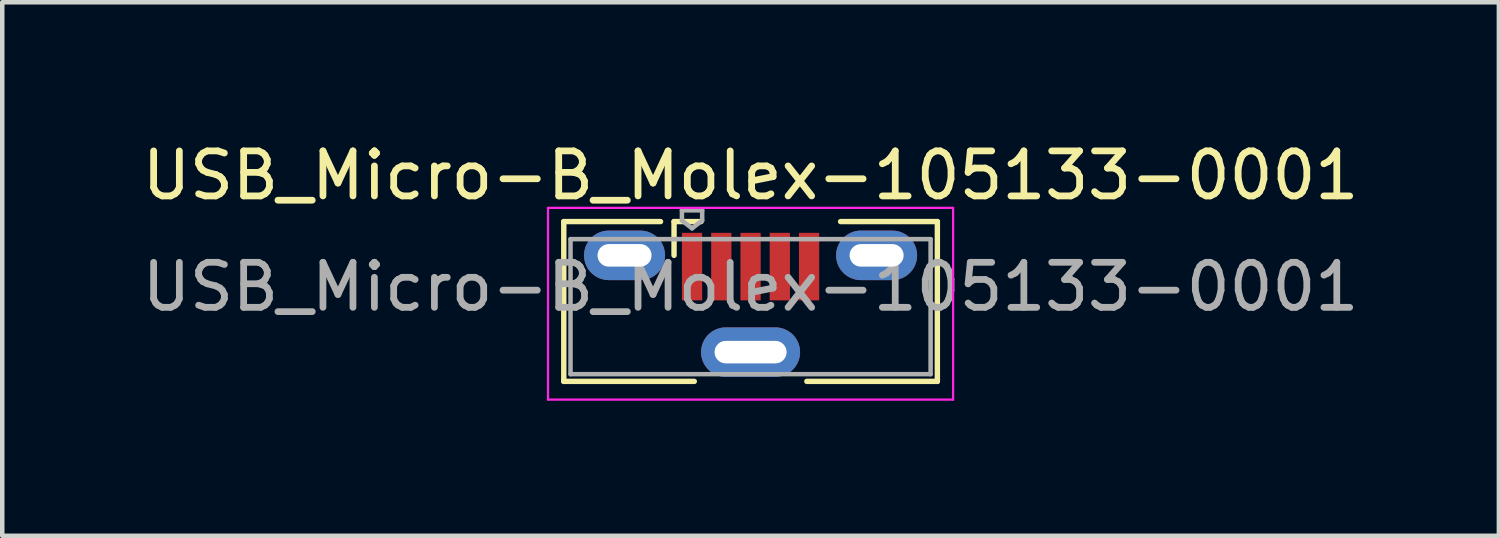
<source format=kicad_pcb>
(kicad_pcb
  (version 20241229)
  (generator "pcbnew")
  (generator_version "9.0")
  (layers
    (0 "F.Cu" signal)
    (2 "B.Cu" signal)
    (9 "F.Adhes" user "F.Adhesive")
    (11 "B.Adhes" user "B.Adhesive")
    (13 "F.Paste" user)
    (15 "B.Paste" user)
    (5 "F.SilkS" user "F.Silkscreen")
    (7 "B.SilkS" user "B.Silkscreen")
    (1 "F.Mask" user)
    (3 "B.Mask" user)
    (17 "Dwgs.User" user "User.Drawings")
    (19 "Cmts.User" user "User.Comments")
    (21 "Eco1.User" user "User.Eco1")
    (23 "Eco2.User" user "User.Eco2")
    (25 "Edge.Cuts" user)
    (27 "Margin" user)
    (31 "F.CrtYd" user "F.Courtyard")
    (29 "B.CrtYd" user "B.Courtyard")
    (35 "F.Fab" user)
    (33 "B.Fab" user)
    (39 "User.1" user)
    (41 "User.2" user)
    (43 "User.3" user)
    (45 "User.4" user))
  (footprint "USB_Micro-B_Molex-105133-0001"
    (layer "F.Cu")
    (at 13.625 3.698)
    (property "Reference" "USB_Micro-B_Molex-105133-0001" (at 0 -2.85 0) (layer "F.SilkS") (effects (font (size 1 1) (thickness 0.15))))
    (attr smd)
    (fp_line (start -4.15 -1.825) (end -4.15 1.725) (stroke (width 0.12) (type solid)) (layer "F.SilkS"))
    (fp_line (start -4.15 1.725) (end -1.25 1.725) (stroke (width 0.12) (type solid)) (layer "F.SilkS"))
    (fp_line (start -2 -1.825) (end -4.15 -1.825) (stroke (width 0.12) (type solid)) (layer "F.SilkS"))
    (fp_line (start -1.7 -1.825) (end -1.1 -1.825) (stroke (width 0.12) (type solid)) (layer "F.SilkS"))
    (fp_line (start -1.7 -1.075) (end -1.7 -1.825) (stroke (width 0.12) (type solid)) (layer "F.SilkS"))
    (fp_line (start 2 -1.825) (end 4.15 -1.825) (stroke (width 0.12) (type solid)) (layer "F.SilkS"))
    (fp_line (start 4.15 -1.825) (end 4.15 1.725) (stroke (width 0.12) (type solid)) (layer "F.SilkS"))
    (fp_line (start 4.15 1.725) (end 1.25 1.725) (stroke (width 0.12) (type solid)) (layer "F.SilkS"))
    (fp_line (start -4.5 -2.13) (end 4.5 -2.13) (stroke (width 0.05) (type solid)) (layer "F.CrtYd"))
    (fp_line (start -4.5 2.13) (end -4.5 -2.13) (stroke (width 0.05) (type solid)) (layer "F.CrtYd"))
    (fp_line (start -4.5 2.13) (end 4.5 2.13) (stroke (width 0.05) (type solid)) (layer "F.CrtYd"))
    (fp_line (start 4.5 2.13) (end 4.5 -2.13) (stroke (width 0.05) (type solid)) (layer "F.CrtYd"))
    (fp_line (start -4 1.565) (end -4 -1.435) (stroke (width 0.1) (type solid)) (layer "F.Fab"))
    (fp_line (start -4 1.565) (end 4 1.565) (stroke (width 0.1) (type solid)) (layer "F.Fab"))
    (fp_line (start -1.525 -2.075) (end -1.075 -2.075) (stroke (width 0.1) (type solid)) (layer "F.Fab"))
    (fp_line (start -1.525 -1.85) (end -1.525 -2.075) (stroke (width 0.1) (type solid)) (layer "F.Fab"))
    (fp_line (start -1.3 -1.675) (end -1.525 -1.85) (stroke (width 0.1) (type solid)) (layer "F.Fab"))
    (fp_line (start -1.3 -1.675) (end -1.075 -1.85) (stroke (width 0.1) (type solid)) (layer "F.Fab"))
    (fp_line (start -1.075 -2.075) (end -1.075 -1.85) (stroke (width 0.1) (type solid)) (layer "F.Fab"))
    (fp_line (start 4 -1.435) (end -4 -1.435) (stroke (width 0.1) (type solid)) (layer "F.Fab"))
    (fp_line (start 4 1.565) (end 4 -1.435) (stroke (width 0.1) (type solid)) (layer "F.Fab"))
    (fp_text user "${REFERENCE}" (at 0 -0.375 0) (layer "F.Fab") (effects (font (size 1 1) (thickness 0.15))))
    (pad "1" smd rect (at -1.3 -0.825) (size 0.45 1.5) (layers "F.Cu" "F.Mask" "F.Paste"))
    (pad "2" smd rect (at -0.65 -0.825) (size 0.45 1.5) (layers "F.Cu" "F.Mask" "F.Paste"))
    (pad "3" smd rect (at 0 -0.825) (size 0.45 1.5) (layers "F.Cu" "F.Mask" "F.Paste"))
    (pad "4" smd rect (at 0.65 -0.825) (size 0.45 1.5) (layers "F.Cu" "F.Mask" "F.Paste"))
    (pad "5" smd rect (at 1.3 -0.825) (size 0.45 1.5) (layers "F.Cu" "F.Mask" "F.Paste"))
    (pad "6" thru_hole oval (at -2.8 -1.075) (size 1.8 1.1) (drill oval 1.2 0.5) (layers "*.Cu" "*.Mask"))
    (pad "6" thru_hole oval (at 0 1.075) (size 2.2 1.1) (drill oval 1.6 0.5) (layers "*.Cu" "*.Mask"))
    (pad "6" thru_hole oval (at 2.8 -1.075) (size 1.8 1.1) (drill oval 1.2 0.5) (layers "*.Cu" "*.Mask")))
  (gr_rect
    (start -3 -3)
    (end 30.25 8.853)
    (stroke (width 0.1) (type default))
    (fill no)
    (layer "Edge.Cuts")))
</source>
